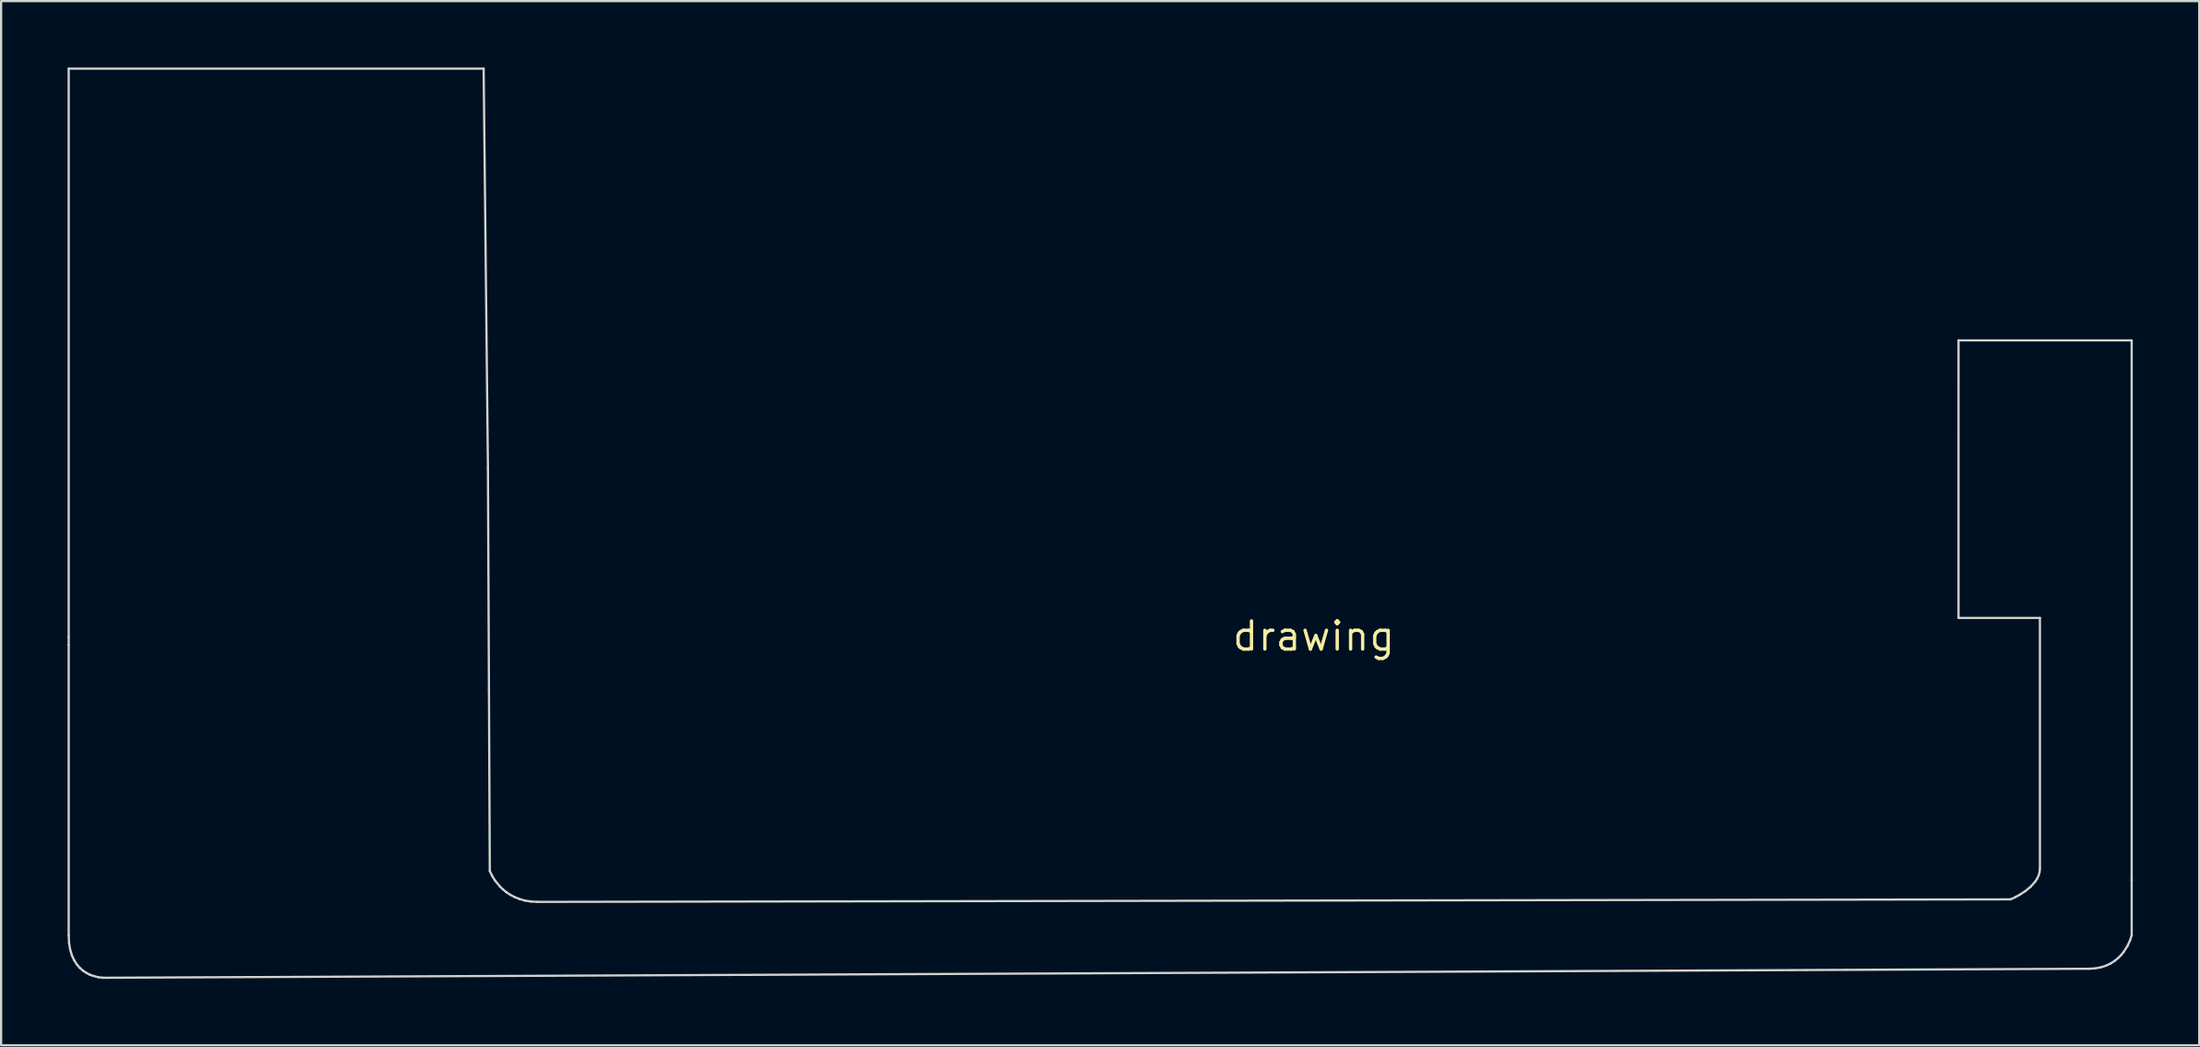
<source format=kicad_pcb>
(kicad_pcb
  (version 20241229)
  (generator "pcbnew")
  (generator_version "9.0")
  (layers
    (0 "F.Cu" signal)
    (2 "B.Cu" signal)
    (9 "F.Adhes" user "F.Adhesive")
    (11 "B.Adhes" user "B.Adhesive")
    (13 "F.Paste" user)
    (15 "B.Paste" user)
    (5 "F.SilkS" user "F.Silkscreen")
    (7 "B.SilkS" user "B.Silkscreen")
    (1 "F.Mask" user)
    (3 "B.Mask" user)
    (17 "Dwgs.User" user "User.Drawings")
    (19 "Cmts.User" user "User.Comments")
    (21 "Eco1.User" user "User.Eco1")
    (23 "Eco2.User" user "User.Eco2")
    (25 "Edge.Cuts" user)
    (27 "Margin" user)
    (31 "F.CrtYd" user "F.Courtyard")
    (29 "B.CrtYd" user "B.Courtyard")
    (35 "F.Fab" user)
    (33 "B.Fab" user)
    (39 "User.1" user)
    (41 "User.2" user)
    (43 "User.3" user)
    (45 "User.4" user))
  (footprint "drawing"
    (layer "F.Cu")
    (at 56.257 25.68)
    (property "Reference" "drawing" (at 0 0 0) (layer "F.SilkS") (effects (font (size 1.27 1.27) (thickness 0.15))))
    (attr through_hole)
    (fp_line (start -56.206 -25.63) (end -37.474 -25.63) (stroke (width 0.1) (type solid)) (layer "Edge.Cuts"))
    (fp_line (start -56.206 0.045) (end -56.206 -25.63) (stroke (width 0.1) (type solid)) (layer "Edge.Cuts"))
    (fp_line (start -56.206 0.395) (end -56.206 0.045) (stroke (width 0.1) (type solid)) (layer "Edge.Cuts"))
    (fp_line (start -56.206 13.51) (end -56.206 0.395) (stroke (width 0.1) (type solid)) (layer "Edge.Cuts"))
    (fp_line (start -56.188 13.857) (end -56.206 13.51) (stroke (width 0.1) (type solid)) (layer "Edge.Cuts"))
    (fp_line (start -56.138 14.159) (end -56.188 13.857) (stroke (width 0.1) (type solid)) (layer "Edge.Cuts"))
    (fp_line (start -56.059 14.42) (end -56.138 14.159) (stroke (width 0.1) (type solid)) (layer "Edge.Cuts"))
    (fp_line (start -55.956 14.642) (end -56.059 14.42) (stroke (width 0.1) (type solid)) (layer "Edge.Cuts"))
    (fp_line (start -55.835 14.829) (end -55.956 14.642) (stroke (width 0.1) (type solid)) (layer "Edge.Cuts"))
    (fp_line (start -55.7 14.983) (end -55.835 14.829) (stroke (width 0.1) (type solid)) (layer "Edge.Cuts"))
    (fp_line (start -55.556 15.108) (end -55.7 14.983) (stroke (width 0.1) (type solid)) (layer "Edge.Cuts"))
    (fp_line (start -55.406 15.207) (end -55.556 15.108) (stroke (width 0.1) (type solid)) (layer "Edge.Cuts"))
    (fp_line (start -55.257 15.284) (end -55.406 15.207) (stroke (width 0.1) (type solid)) (layer "Edge.Cuts"))
    (fp_line (start -55.112 15.339) (end -55.257 15.284) (stroke (width 0.1) (type solid)) (layer "Edge.Cuts"))
    (fp_line (start -54.856 15.403) (end -55.112 15.339) (stroke (width 0.1) (type solid)) (layer "Edge.Cuts"))
    (fp_line (start -54.675 15.424) (end -54.856 15.403) (stroke (width 0.1) (type solid)) (layer "Edge.Cuts"))
    (fp_line (start -54.606 15.425) (end -54.675 15.424) (stroke (width 0.1) (type solid)) (layer "Edge.Cuts"))
    (fp_line (start -37.474 -25.63) (end -37.28 -7.568) (stroke (width 0.1) (type solid)) (layer "Edge.Cuts"))
    (fp_line (start -37.28 -7.568) (end -37.234 2.457) (stroke (width 0.1) (type solid)) (layer "Edge.Cuts"))
    (fp_line (start -37.234 2.457) (end -37.196 10.606) (stroke (width 0.1) (type solid)) (layer "Edge.Cuts"))
    (fp_line (start -37.196 10.606) (end -37.092 10.824) (stroke (width 0.1) (type solid)) (layer "Edge.Cuts"))
    (fp_line (start -37.092 10.824) (end -36.951 11.047) (stroke (width 0.1) (type solid)) (layer "Edge.Cuts"))
    (fp_line (start -36.951 11.047) (end -36.74 11.302) (stroke (width 0.1) (type solid)) (layer "Edge.Cuts"))
    (fp_line (start -36.74 11.302) (end -36.606 11.432) (stroke (width 0.1) (type solid)) (layer "Edge.Cuts"))
    (fp_line (start -36.606 11.432) (end -36.452 11.558) (stroke (width 0.1) (type solid)) (layer "Edge.Cuts"))
    (fp_line (start -36.452 11.558) (end -36.276 11.676) (stroke (width 0.1) (type solid)) (layer "Edge.Cuts"))
    (fp_line (start -36.276 11.676) (end -36.077 11.781) (stroke (width 0.1) (type solid)) (layer "Edge.Cuts"))
    (fp_line (start -36.077 11.781) (end -35.856 11.87) (stroke (width 0.1) (type solid)) (layer "Edge.Cuts"))
    (fp_line (start -35.856 11.87) (end -35.61 11.939) (stroke (width 0.1) (type solid)) (layer "Edge.Cuts"))
    (fp_line (start -35.61 11.939) (end -35.339 11.983) (stroke (width 0.1) (type solid)) (layer "Edge.Cuts"))
    (fp_line (start -35.339 11.983) (end -35.042 11.999) (stroke (width 0.1) (type solid)) (layer "Edge.Cuts"))
    (fp_line (start -35.042 11.999) (end 31.455 11.885) (stroke (width 0.1) (type solid)) (layer "Edge.Cuts"))
    (fp_line (start 29.106 -0.824) (end 29.107 -13.358) (stroke (width 0.1) (type solid)) (layer "Edge.Cuts"))
    (fp_line (start 29.107 -13.358) (end 36.923 -13.358) (stroke (width 0.1) (type solid)) (layer "Edge.Cuts"))
    (fp_line (start 31.455 11.885) (end 31.662 11.79) (stroke (width 0.1) (type solid)) (layer "Edge.Cuts"))
    (fp_line (start 31.662 11.79) (end 31.874 11.674) (stroke (width 0.1) (type solid)) (layer "Edge.Cuts"))
    (fp_line (start 31.874 11.674) (end 32.117 11.515) (stroke (width 0.1) (type solid)) (layer "Edge.Cuts"))
    (fp_line (start 32.117 11.515) (end 32.362 11.315) (stroke (width 0.1) (type solid)) (layer "Edge.Cuts"))
    (fp_line (start 32.362 11.315) (end 32.573 11.077) (stroke (width 0.1) (type solid)) (layer "Edge.Cuts"))
    (fp_line (start 32.573 11.077) (end 32.659 10.944) (stroke (width 0.1) (type solid)) (layer "Edge.Cuts"))
    (fp_line (start 32.659 10.944) (end 32.723 10.802) (stroke (width 0.1) (type solid)) (layer "Edge.Cuts"))
    (fp_line (start 32.723 10.802) (end 32.766 10.651) (stroke (width 0.1) (type solid)) (layer "Edge.Cuts"))
    (fp_line (start 32.766 10.651) (end 32.78 10.492) (stroke (width 0.1) (type solid)) (layer "Edge.Cuts"))
    (fp_line (start 32.78 -0.824) (end 29.106 -0.824) (stroke (width 0.1) (type solid)) (layer "Edge.Cuts"))
    (fp_line (start 32.78 10.492) (end 32.78 -0.824) (stroke (width 0.1) (type solid)) (layer "Edge.Cuts"))
    (fp_line (start 34.99 15.018) (end -54.606 15.425) (stroke (width 0.1) (type solid)) (layer "Edge.Cuts"))
    (fp_line (start 35.275 15.002) (end 34.99 15.018) (stroke (width 0.1) (type solid)) (layer "Edge.Cuts"))
    (fp_line (start 35.533 14.954) (end 35.275 15.002) (stroke (width 0.1) (type solid)) (layer "Edge.Cuts"))
    (fp_line (start 35.764 14.879) (end 35.533 14.954) (stroke (width 0.1) (type solid)) (layer "Edge.Cuts"))
    (fp_line (start 35.968 14.783) (end 35.764 14.879) (stroke (width 0.1) (type solid)) (layer "Edge.Cuts"))
    (fp_line (start 36.149 14.668) (end 35.968 14.783) (stroke (width 0.1) (type solid)) (layer "Edge.Cuts"))
    (fp_line (start 36.306 14.541) (end 36.149 14.668) (stroke (width 0.1) (type solid)) (layer "Edge.Cuts"))
    (fp_line (start 36.441 14.405) (end 36.306 14.541) (stroke (width 0.1) (type solid)) (layer "Edge.Cuts"))
    (fp_line (start 36.558 14.264) (end 36.441 14.405) (stroke (width 0.1) (type solid)) (layer "Edge.Cuts"))
    (fp_line (start 36.734 13.987) (end 36.558 14.264) (stroke (width 0.1) (type solid)) (layer "Edge.Cuts"))
    (fp_line (start 36.846 13.745) (end 36.734 13.987) (stroke (width 0.1) (type solid)) (layer "Edge.Cuts"))
    (fp_line (start 36.923 -13.358) (end 36.923 11.014) (stroke (width 0.1) (type solid)) (layer "Edge.Cuts"))
    (fp_line (start 36.923 11.014) (end 36.923 11.014) (stroke (width 0.1) (type solid)) (layer "Edge.Cuts"))
    (fp_line (start 36.923 11.014) (end 36.923 13.51) (stroke (width 0.1) (type solid)) (layer "Edge.Cuts"))
    (fp_line (start 36.923 13.51) (end 36.846 13.745) (stroke (width 0.1) (type solid)) (layer "Edge.Cuts")))
  (gr_rect
    (start -3 -3)
    (end 96.23 44.155)
    (stroke (width 0.1) (type default))
    (fill no)
    (layer "Edge.Cuts")))
</source>
